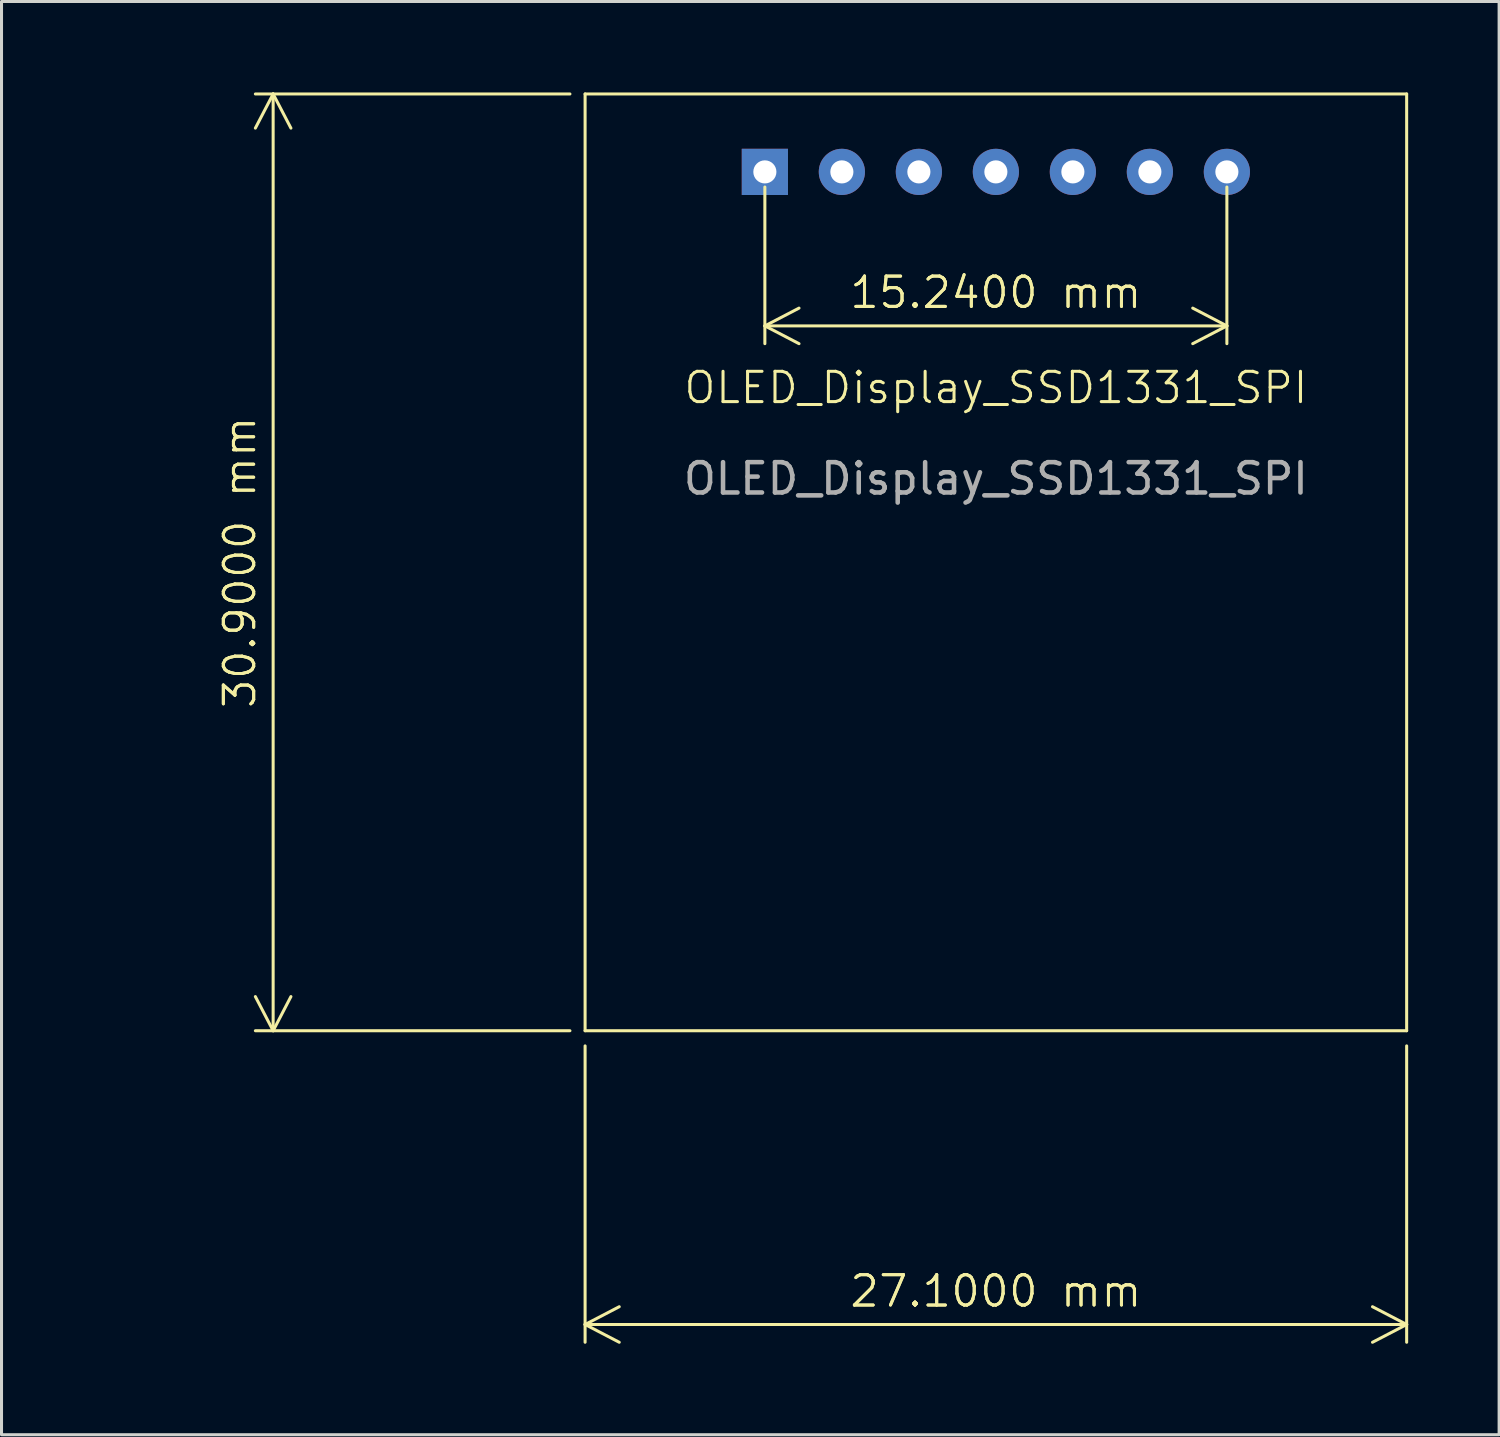
<source format=kicad_pcb>
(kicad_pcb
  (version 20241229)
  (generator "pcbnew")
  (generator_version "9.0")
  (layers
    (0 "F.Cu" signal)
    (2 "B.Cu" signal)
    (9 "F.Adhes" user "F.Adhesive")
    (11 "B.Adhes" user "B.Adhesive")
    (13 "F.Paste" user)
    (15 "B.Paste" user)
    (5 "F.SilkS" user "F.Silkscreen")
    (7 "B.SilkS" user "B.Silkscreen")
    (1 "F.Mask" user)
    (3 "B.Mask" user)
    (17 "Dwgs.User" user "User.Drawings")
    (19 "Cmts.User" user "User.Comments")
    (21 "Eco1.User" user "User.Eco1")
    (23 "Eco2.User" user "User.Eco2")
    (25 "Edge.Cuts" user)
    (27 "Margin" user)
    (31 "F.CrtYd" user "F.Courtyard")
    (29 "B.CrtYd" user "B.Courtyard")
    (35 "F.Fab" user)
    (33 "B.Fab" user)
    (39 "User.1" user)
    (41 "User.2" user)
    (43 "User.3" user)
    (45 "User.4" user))
  (footprint "OLED_Display_SSD1331_SPI"
    (layer "F.Cu")
    (at 29.8 10.24)
    (property "Reference" "OLED_Display_SSD1331_SPI" (at 0 -0.5 0) (unlocked yes) (layer "F.SilkS") (effects (font (size 1 1) (thickness 0.1))))
    (attr through_hole)
    (fp_line (start -13.55 -10.19) (end -13.55 20.71) (stroke (width 0.1) (type default)) (layer "F.SilkS"))
    (fp_line (start -13.55 -10.19) (end 13.55 -10.19) (stroke (width 0.1) (type default)) (layer "F.SilkS"))
    (fp_line (start -13.55 20.71) (end 13.55 20.71) (stroke (width 0.1) (type default)) (layer "F.SilkS"))
    (fp_line (start 13.55 20.71) (end 13.55 -10.19) (stroke (width 0.1) (type default)) (layer "F.SilkS"))
    (fp_text user "${REFERENCE}" (at 0 2.5 0) (unlocked yes) (layer "F.Fab") (effects (font (size 1 1) (thickness 0.15))))
    (dimension (type aligned) (layer "F.SilkS") (pts (xy 16.25 30.95) (xy 16.25 0.05)) (height -10.29) (format (prefix "") (suffix "") (units 3) (units_format 1) (precision 4)) (style (thickness 0.1) (arrow_length 1.27) (text_position_mode 0) (arrow_direction outward) (extension_height 0.586) (extension_offset 0.5) (keep_text_aligned yes)) (gr_text "30.9000 mm" (at 4.86 15.5 90) (layer "F.SilkS") (effects (font (size 1 1) (thickness 0.1)))))
    (dimension (type aligned) (layer "F.SilkS") (pts (xy 22.18 2.62) (xy 37.42 2.62)) (height 5.08) (format (prefix "") (suffix "") (units 3) (units_format 1) (precision 4)) (style (thickness 0.1) (arrow_length 1.27) (text_position_mode 0) (arrow_direction outward) (extension_height 0.586) (extension_offset 0.5) (keep_text_aligned yes)) (gr_text "15.2400 mm" (at 29.8 6.6 0) (layer "F.SilkS") (effects (font (size 1 1) (thickness 0.1)))))
    (dimension (type aligned) (layer "F.SilkS") (pts (xy 43.35 30.95) (xy 16.25 30.95)) (height -9.69) (format (prefix "") (suffix "") (units 3) (units_format 1) (precision 4)) (style (thickness 0.1) (arrow_length 1.27) (text_position_mode 0) (arrow_direction outward) (extension_height 0.586) (extension_offset 0.5) (keep_text_aligned yes)) (gr_text "27.1000 mm" (at 29.8 39.54 0) (layer "F.SilkS") (effects (font (size 1 1) (thickness 0.1)))))
    (pad "1" thru_hole rect (at -7.62 -7.62) (size 1.524 1.524) (drill 0.762) (layers "*.Cu" "*.Mask"))
    (pad "2" thru_hole circle (at -5.08 -7.62) (size 1.524 1.524) (drill 0.762) (layers "*.Cu" "*.Mask"))
    (pad "3" thru_hole circle (at -2.54 -7.62) (size 1.524 1.524) (drill 0.762) (layers "*.Cu" "*.Mask"))
    (pad "4" thru_hole circle (at 0 -7.62) (size 1.524 1.524) (drill 0.762) (layers "*.Cu" "*.Mask"))
    (pad "5" thru_hole circle (at 2.54 -7.62) (size 1.524 1.524) (drill 0.762) (layers "*.Cu" "*.Mask"))
    (pad "6" thru_hole circle (at 5.08 -7.62) (size 1.524 1.524) (drill 0.762) (layers "*.Cu" "*.Mask"))
    (pad "7" thru_hole circle (at 7.62 -7.62) (size 1.524 1.524) (drill 0.762) (layers "*.Cu" "*.Mask")))
  (gr_rect
    (start -3 -3)
    (end 46.4 44.276)
    (stroke (width 0.1) (type default))
    (fill no)
    (layer "Edge.Cuts")))
</source>
